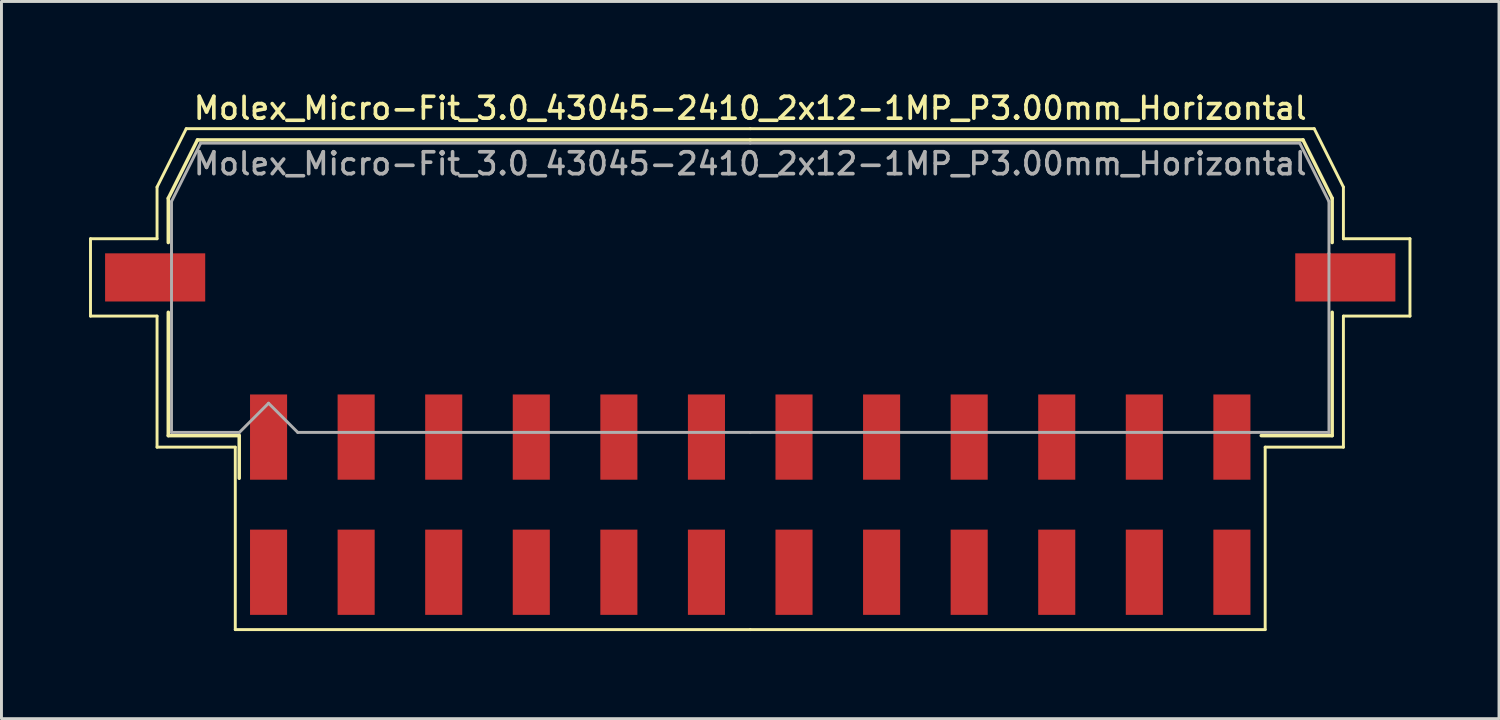
<source format=kicad_pcb>
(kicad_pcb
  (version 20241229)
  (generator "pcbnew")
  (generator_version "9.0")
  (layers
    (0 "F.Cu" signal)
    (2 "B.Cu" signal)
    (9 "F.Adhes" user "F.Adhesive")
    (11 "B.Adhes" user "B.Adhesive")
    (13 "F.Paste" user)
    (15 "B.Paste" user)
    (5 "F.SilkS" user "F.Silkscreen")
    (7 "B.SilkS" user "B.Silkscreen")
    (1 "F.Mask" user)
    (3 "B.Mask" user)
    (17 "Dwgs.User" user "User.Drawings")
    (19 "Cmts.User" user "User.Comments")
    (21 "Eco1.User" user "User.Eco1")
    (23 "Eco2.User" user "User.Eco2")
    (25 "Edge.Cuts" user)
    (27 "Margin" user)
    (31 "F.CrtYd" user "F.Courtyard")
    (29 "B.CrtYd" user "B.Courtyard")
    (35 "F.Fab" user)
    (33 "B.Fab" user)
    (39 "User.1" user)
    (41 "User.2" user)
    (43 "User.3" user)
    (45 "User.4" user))
  (footprint "Molex_Micro-Fit_3.0_43045-2410_2x12-1MP_P3.00mm_Horizontal"
    (layer "F.Cu")
    (at 22.65 14.238)
    (property "Reference" "Molex_Micro-Fit_3.0_43045-2410_2x12-1MP_P3.00mm_Horizontal" (at 0 -13.58 0) (layer "F.SilkS") (effects (font (size 0.75 0.75) (thickness 0.125))))
    (attr smd)
    (fp_line (start -22.6 -9.11) (end -22.6 -6.46) (stroke (width 0.1) (type solid)) (layer "F.SilkS"))
    (fp_line (start -22.6 -6.46) (end -20.32 -6.46) (stroke (width 0.1) (type solid)) (layer "F.SilkS"))
    (fp_line (start -20.32 -10.88) (end -20.32 -9.11) (stroke (width 0.1) (type solid)) (layer "F.SilkS"))
    (fp_line (start -20.32 -9.11) (end -22.6 -9.11) (stroke (width 0.1) (type solid)) (layer "F.SilkS"))
    (fp_line (start -20.32 -6.46) (end -20.32 -1.97) (stroke (width 0.1) (type solid)) (layer "F.SilkS"))
    (fp_line (start -20.32 -1.97) (end -17.64 -1.97) (stroke (width 0.1) (type solid)) (layer "F.SilkS"))
    (fp_line (start -19.935 -10.495) (end -19.935 -8.98) (stroke (width 0.12) (type solid)) (layer "F.SilkS"))
    (fp_line (start -19.935 -6.59) (end -19.935 -2.365) (stroke (width 0.12) (type solid)) (layer "F.SilkS"))
    (fp_line (start -19.935 -2.365) (end -17.505 -2.365) (stroke (width 0.12) (type solid)) (layer "F.SilkS"))
    (fp_line (start -19.32 -12.88) (end -20.32 -10.88) (stroke (width 0.1) (type solid)) (layer "F.SilkS"))
    (fp_line (start -18.935 -12.495) (end -19.935 -10.495) (stroke (width 0.12) (type solid)) (layer "F.SilkS"))
    (fp_line (start -17.64 -1.97) (end -17.64 4.28) (stroke (width 0.1) (type solid)) (layer "F.SilkS"))
    (fp_line (start -17.64 4.28) (end 0 4.28) (stroke (width 0.1) (type solid)) (layer "F.SilkS"))
    (fp_line (start -17.505 -2.365) (end -17.505 -0.905) (stroke (width 0.12) (type solid)) (layer "F.SilkS"))
    (fp_line (start 0 -12.88) (end -19.32 -12.88) (stroke (width 0.1) (type solid)) (layer "F.SilkS"))
    (fp_line (start 0 -12.88) (end 19.32 -12.88) (stroke (width 0.1) (type solid)) (layer "F.SilkS"))
    (fp_line (start 0 -12.495) (end -18.935 -12.495) (stroke (width 0.12) (type solid)) (layer "F.SilkS"))
    (fp_line (start 0 -12.495) (end 18.935 -12.495) (stroke (width 0.12) (type solid)) (layer "F.SilkS"))
    (fp_line (start 17.64 -1.97) (end 17.64 4.28) (stroke (width 0.1) (type solid)) (layer "F.SilkS"))
    (fp_line (start 17.64 4.28) (end 0 4.28) (stroke (width 0.1) (type solid)) (layer "F.SilkS"))
    (fp_line (start 18.935 -12.495) (end 19.935 -10.495) (stroke (width 0.12) (type solid)) (layer "F.SilkS"))
    (fp_line (start 19.32 -12.88) (end 20.32 -10.88) (stroke (width 0.1) (type solid)) (layer "F.SilkS"))
    (fp_line (start 19.935 -10.495) (end 19.935 -8.98) (stroke (width 0.12) (type solid)) (layer "F.SilkS"))
    (fp_line (start 19.935 -6.59) (end 19.935 -2.365) (stroke (width 0.12) (type solid)) (layer "F.SilkS"))
    (fp_line (start 19.935 -2.365) (end 17.505 -2.365) (stroke (width 0.12) (type solid)) (layer "F.SilkS"))
    (fp_line (start 20.32 -10.88) (end 20.32 -9.11) (stroke (width 0.1) (type solid)) (layer "F.SilkS"))
    (fp_line (start 20.32 -9.11) (end 22.6 -9.11) (stroke (width 0.1) (type solid)) (layer "F.SilkS"))
    (fp_line (start 20.32 -6.46) (end 20.32 -1.97) (stroke (width 0.1) (type solid)) (layer "F.SilkS"))
    (fp_line (start 20.32 -1.97) (end 17.64 -1.97) (stroke (width 0.1) (type solid)) (layer "F.SilkS"))
    (fp_line (start 22.6 -9.11) (end 22.6 -6.46) (stroke (width 0.1) (type solid)) (layer "F.SilkS"))
    (fp_line (start 22.6 -6.46) (end 20.32 -6.46) (stroke (width 0.1) (type solid)) (layer "F.SilkS"))
    (fp_line (start -19.825 -10.385) (end -19.825 -8.61) (stroke (width 0.1) (type solid)) (layer "F.Fab"))
    (fp_line (start -19.825 -8.61) (end -19.825 -2.475) (stroke (width 0.1) (type solid)) (layer "F.Fab"))
    (fp_line (start -19.825 -2.475) (end -17.5 -2.475) (stroke (width 0.1) (type solid)) (layer "F.Fab"))
    (fp_line (start -18.825 -12.385) (end -19.825 -10.385) (stroke (width 0.1) (type solid)) (layer "F.Fab"))
    (fp_line (start -17.5 -2.475) (end -16.5 -3.475) (stroke (width 0.1) (type solid)) (layer "F.Fab"))
    (fp_line (start -16.5 -3.475) (end -15.5 -2.475) (stroke (width 0.1) (type solid)) (layer "F.Fab"))
    (fp_line (start -15.5 -2.475) (end 0 -2.475) (stroke (width 0.1) (type solid)) (layer "F.Fab"))
    (fp_line (start 0 -12.385) (end -18.825 -12.385) (stroke (width 0.1) (type solid)) (layer "F.Fab"))
    (fp_line (start 0 -12.385) (end 18.825 -12.385) (stroke (width 0.1) (type solid)) (layer "F.Fab"))
    (fp_line (start 17.135 -2.475) (end 0 -2.475) (stroke (width 0.1) (type solid)) (layer "F.Fab"))
    (fp_line (start 18.825 -12.385) (end 19.825 -10.385) (stroke (width 0.1) (type solid)) (layer "F.Fab"))
    (fp_line (start 19.825 -10.385) (end 19.825 -8.61) (stroke (width 0.1) (type solid)) (layer "F.Fab"))
    (fp_line (start 19.825 -8.61) (end 19.825 -2.475) (stroke (width 0.1) (type solid)) (layer "F.Fab"))
    (fp_line (start 19.825 -2.475) (end 17.135 -2.475) (stroke (width 0.1) (type solid)) (layer "F.Fab"))
    (fp_text user "${REFERENCE}" (at 0 -11.68 0) (layer "F.Fab") (effects (font (size 0.75 0.75) (thickness 0.125))))
    (pad "1" smd rect (at -16.5 -2.315) (size 1.27 2.92) (layers "F.Cu" "F.Mask" "F.Paste"))
    (pad "2" smd rect (at -13.5 -2.315) (size 1.27 2.92) (layers "F.Cu" "F.Mask" "F.Paste"))
    (pad "3" smd rect (at -10.5 -2.315) (size 1.27 2.92) (layers "F.Cu" "F.Mask" "F.Paste"))
    (pad "4" smd rect (at -7.5 -2.315) (size 1.27 2.92) (layers "F.Cu" "F.Mask" "F.Paste"))
    (pad "5" smd rect (at -4.5 -2.315) (size 1.27 2.92) (layers "F.Cu" "F.Mask" "F.Paste"))
    (pad "6" smd rect (at -1.5 -2.315) (size 1.27 2.92) (layers "F.Cu" "F.Mask" "F.Paste"))
    (pad "7" smd rect (at 1.5 -2.315) (size 1.27 2.92) (layers "F.Cu" "F.Mask" "F.Paste"))
    (pad "8" smd rect (at 4.5 -2.315) (size 1.27 2.92) (layers "F.Cu" "F.Mask" "F.Paste"))
    (pad "9" smd rect (at 7.5 -2.315) (size 1.27 2.92) (layers "F.Cu" "F.Mask" "F.Paste"))
    (pad "10" smd rect (at 10.5 -2.315) (size 1.27 2.92) (layers "F.Cu" "F.Mask" "F.Paste"))
    (pad "11" smd rect (at 13.5 -2.315) (size 1.27 2.92) (layers "F.Cu" "F.Mask" "F.Paste"))
    (pad "12" smd rect (at 16.5 -2.315) (size 1.27 2.92) (layers "F.Cu" "F.Mask" "F.Paste"))
    (pad "13" smd rect (at -16.5 2.315) (size 1.27 2.92) (layers "F.Cu" "F.Mask" "F.Paste"))
    (pad "14" smd rect (at -13.5 2.315) (size 1.27 2.92) (layers "F.Cu" "F.Mask" "F.Paste"))
    (pad "15" smd rect (at -10.5 2.315) (size 1.27 2.92) (layers "F.Cu" "F.Mask" "F.Paste"))
    (pad "16" smd rect (at -7.5 2.315) (size 1.27 2.92) (layers "F.Cu" "F.Mask" "F.Paste"))
    (pad "17" smd rect (at -4.5 2.315) (size 1.27 2.92) (layers "F.Cu" "F.Mask" "F.Paste"))
    (pad "18" smd rect (at -1.5 2.315) (size 1.27 2.92) (layers "F.Cu" "F.Mask" "F.Paste"))
    (pad "19" smd rect (at 1.5 2.315) (size 1.27 2.92) (layers "F.Cu" "F.Mask" "F.Paste"))
    (pad "20" smd rect (at 4.5 2.315) (size 1.27 2.92) (layers "F.Cu" "F.Mask" "F.Paste"))
    (pad "21" smd rect (at 7.5 2.315) (size 1.27 2.92) (layers "F.Cu" "F.Mask" "F.Paste"))
    (pad "22" smd rect (at 10.5 2.315) (size 1.27 2.92) (layers "F.Cu" "F.Mask" "F.Paste"))
    (pad "23" smd rect (at 13.5 2.315) (size 1.27 2.92) (layers "F.Cu" "F.Mask" "F.Paste"))
    (pad "24" smd rect (at 16.5 2.315) (size 1.27 2.92) (layers "F.Cu" "F.Mask" "F.Paste"))
    (pad "MP" smd rect (at -20.385 -7.785) (size 3.43 1.65) (layers "F.Cu" "F.Mask" "F.Paste"))
    (pad "MP" smd rect (at 20.385 -7.785) (size 3.43 1.65) (layers "F.Cu" "F.Mask" "F.Paste")))
  (gr_rect
    (start -3 -3)
    (end 48.3 21.568)
    (stroke (width 0.1) (type default))
    (fill no)
    (layer "Edge.Cuts")))
</source>
